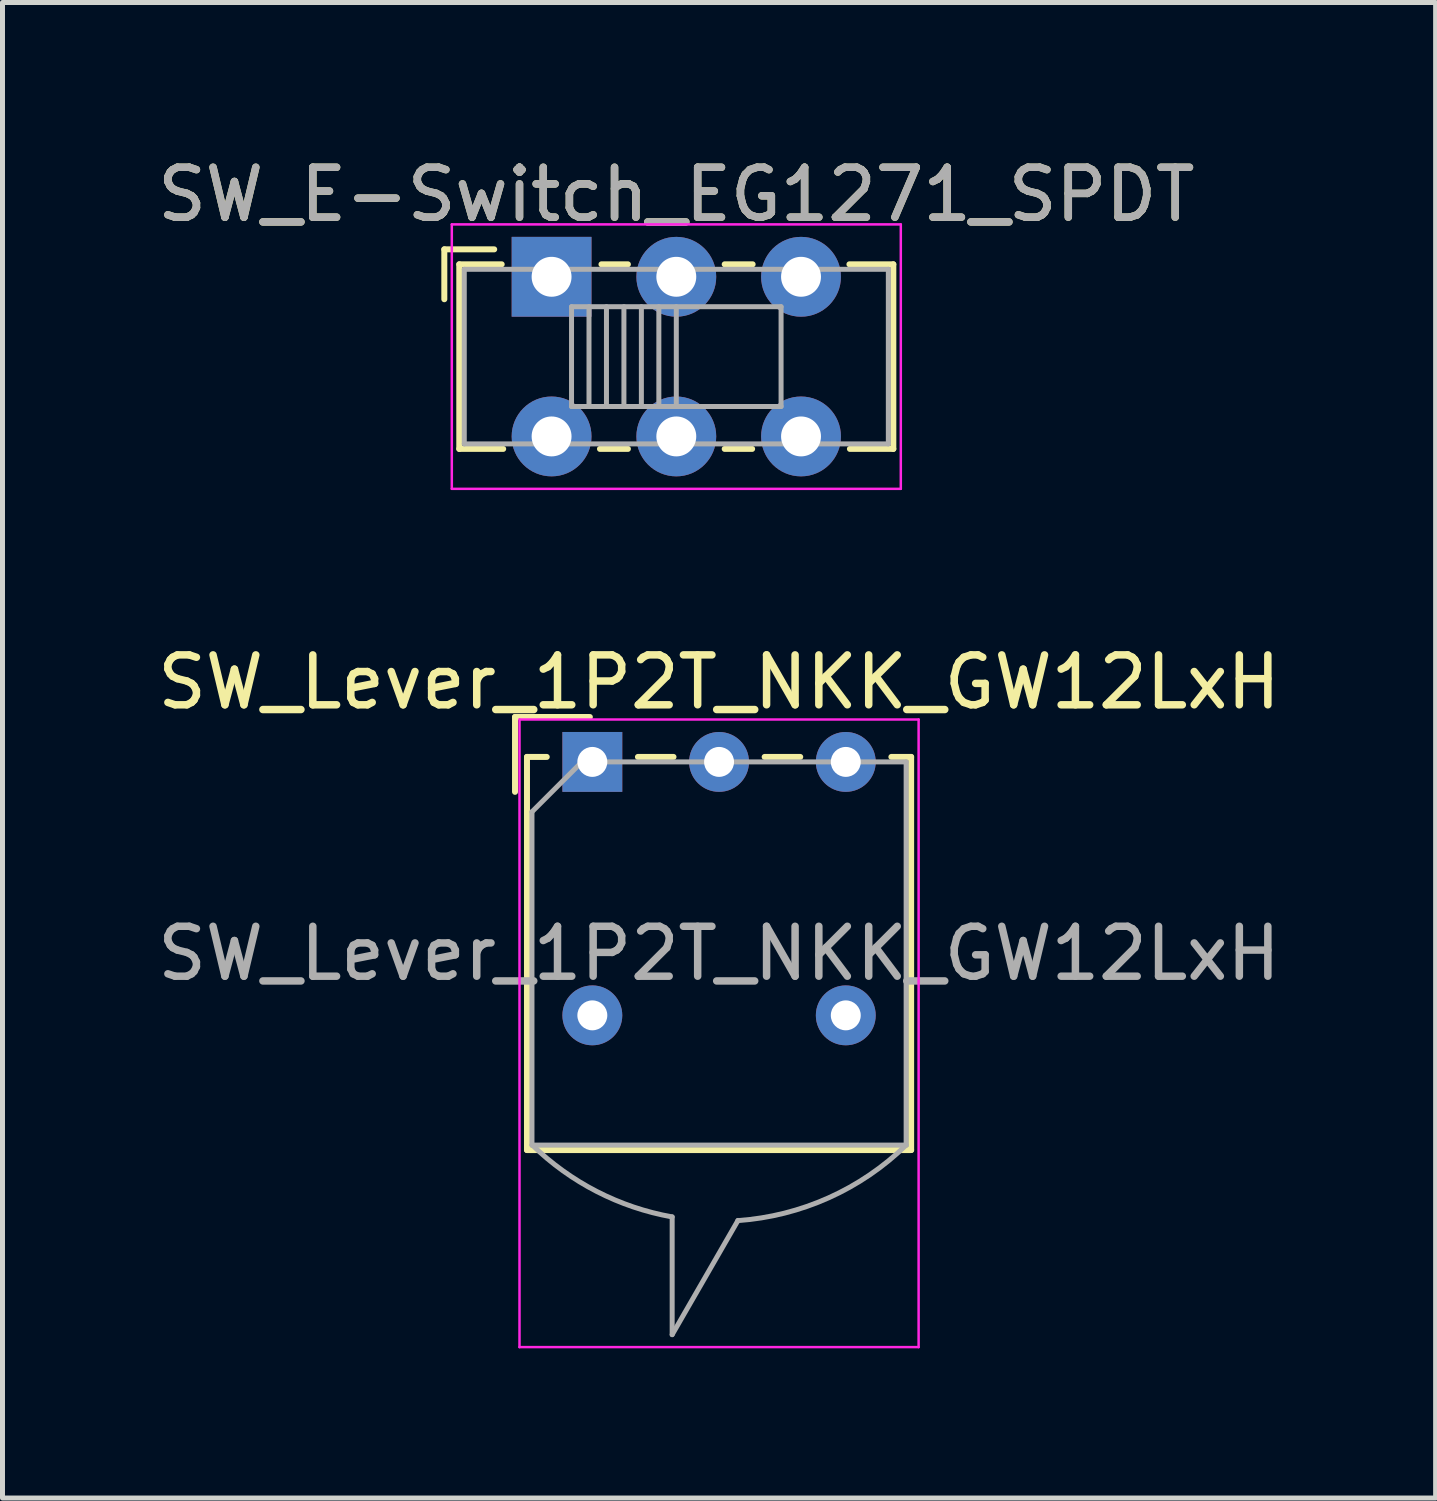
<source format=kicad_pcb>
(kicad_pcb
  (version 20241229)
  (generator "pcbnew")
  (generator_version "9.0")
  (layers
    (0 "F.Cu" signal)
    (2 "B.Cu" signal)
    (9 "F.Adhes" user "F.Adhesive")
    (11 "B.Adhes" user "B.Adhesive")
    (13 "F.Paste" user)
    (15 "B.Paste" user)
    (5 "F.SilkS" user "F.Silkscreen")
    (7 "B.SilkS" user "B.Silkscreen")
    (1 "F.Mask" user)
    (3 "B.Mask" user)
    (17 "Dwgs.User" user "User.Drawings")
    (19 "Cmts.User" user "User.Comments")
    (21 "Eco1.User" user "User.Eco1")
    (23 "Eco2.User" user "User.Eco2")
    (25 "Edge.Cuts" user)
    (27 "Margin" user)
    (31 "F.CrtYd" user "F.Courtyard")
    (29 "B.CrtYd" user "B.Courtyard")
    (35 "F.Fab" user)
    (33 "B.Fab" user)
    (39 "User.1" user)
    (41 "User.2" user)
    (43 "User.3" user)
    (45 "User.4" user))
  (footprint "SW_Lever_1P2T_NKK_GW12LxH"
    (layer "F.Cu")
    (at 8.823 12.222)
    (property "Reference" "SW_Lever_1P2T_NKK_GW12LxH" (at 2.54 -1.6 0) (layer "F.SilkS") (effects (font (size 1 1) (thickness 0.15))))
    (attr through_hole)
    (fp_line (start -1.55 -0.9) (end -0.05 -0.9) (stroke (width 0.12) (type solid)) (layer "F.SilkS"))
    (fp_line (start -1.55 0.6) (end -1.55 -0.9) (stroke (width 0.12) (type solid)) (layer "F.SilkS"))
    (fp_line (start -1.31 -0.1) (end -1.31 7.78) (stroke (width 0.12) (type solid)) (layer "F.SilkS"))
    (fp_line (start -1.31 -0.1) (end -0.914 -0.1) (stroke (width 0.12) (type solid)) (layer "F.SilkS"))
    (fp_line (start -1.31 7.78) (end 6.39 7.78) (stroke (width 0.12) (type solid)) (layer "F.SilkS"))
    (fp_line (start 0.914 -0.1) (end 1.627 -0.1) (stroke (width 0.12) (type solid)) (layer "F.SilkS"))
    (fp_line (start 3.454 -0.1) (end 4.167 -0.1) (stroke (width 0.12) (type solid)) (layer "F.SilkS"))
    (fp_line (start 5.994 -0.1) (end 6.39 -0.1) (stroke (width 0.12) (type solid)) (layer "F.SilkS"))
    (fp_line (start 6.39 -0.1) (end 6.39 7.78) (stroke (width 0.12) (type solid)) (layer "F.SilkS"))
    (fp_line (start -1.46 -0.85) (end -1.46 11.73) (stroke (width 0.05) (type solid)) (layer "F.CrtYd"))
    (fp_line (start -1.46 11.73) (end 6.54 11.73) (stroke (width 0.05) (type solid)) (layer "F.CrtYd"))
    (fp_line (start 6.54 -0.85) (end -1.46 -0.85) (stroke (width 0.05) (type solid)) (layer "F.CrtYd"))
    (fp_line (start 6.54 11.73) (end 6.54 -0.85) (stroke (width 0.05) (type solid)) (layer "F.CrtYd"))
    (fp_line (start -1.21 1) (end -0.21 0) (stroke (width 0.1) (type solid)) (layer "F.Fab"))
    (fp_line (start -1.21 7.68) (end -1.21 1) (stroke (width 0.1) (type solid)) (layer "F.Fab"))
    (fp_line (start -0.21 0) (end 6.29 0) (stroke (width 0.1) (type solid)) (layer "F.Fab"))
    (fp_line (start 1.6 9.12) (end 1.6 11.48) (stroke (width 0.1) (type solid)) (layer "F.Fab"))
    (fp_line (start 1.6 11.48) (end 2.92 9.19) (stroke (width 0.1) (type solid)) (layer "F.Fab"))
    (fp_line (start 6.29 0) (end 6.29 7.68) (stroke (width 0.1) (type solid)) (layer "F.Fab"))
    (fp_line (start 6.29 7.68) (end -1.21 7.68) (stroke (width 0.1) (type solid)) (layer "F.Fab"))
    (fp_arc (start 1.6 9.12) (mid 0.089022 8.610189) (end -1.205256 7.678627) (stroke (width 0.1) (type solid)) (layer "F.Fab"))
    (fp_arc (start 6.29 7.68) (mid 4.737678 8.736766) (end 2.916333 9.194108) (stroke (width 0.1) (type solid)) (layer "F.Fab"))
    (fp_text user "${REFERENCE}" (at 2.54 3.84 0) (layer "F.Fab") (effects (font (size 1 1) (thickness 0.15))))
    (pad "" thru_hole circle (at 0 5.08) (size 1.2 1.2) (drill 0.6) (layers "*.Cu" "*.Mask"))
    (pad "" thru_hole circle (at 5.08 5.08) (size 1.2 1.2) (drill 0.6) (layers "*.Cu" "*.Mask"))
    (pad "1" thru_hole rect (at 0 0) (size 1.2 1.2) (drill 0.6) (layers "*.Cu" "*.Mask"))
    (pad "2" thru_hole circle (at 2.54 0) (size 1.2 1.2) (drill 0.6) (layers "*.Cu" "*.Mask"))
    (pad "3" thru_hole circle (at 5.08 0) (size 1.2 1.2) (drill 0.6) (layers "*.Cu" "*.Mask")))
  (footprint "SW_E-Switch_EG1271_SPDT"
    (layer "F.Cu")
    (at 8.006 2.498)
    (property "Reference" "SW_E-Switch_EG1271_SPDT" (at 2.5 -1.65 0) (layer "F.SilkS") (effects (font (size 1 1) (thickness 0.15))))
    (attr through_hole)
    (fp_line (start -2.15 -0.55) (end -1.15 -0.55) (stroke (width 0.12) (type solid)) (layer "F.SilkS"))
    (fp_line (start -2.15 0.45) (end -2.15 -0.55) (stroke (width 0.12) (type solid)) (layer "F.SilkS"))
    (fp_line (start -1.85 -0.25) (end -1 -0.25) (stroke (width 0.12) (type solid)) (layer "F.SilkS"))
    (fp_line (start -1.85 3.45) (end -1.85 -0.25) (stroke (width 0.12) (type solid)) (layer "F.SilkS"))
    (fp_line (start -0.97 3.45) (end -1.85 3.45) (stroke (width 0.12) (type solid)) (layer "F.SilkS"))
    (fp_line (start 1 -0.25) (end 1.53 -0.25) (stroke (width 0.12) (type solid)) (layer "F.SilkS"))
    (fp_line (start 1.53 3.45) (end 0.97 3.45) (stroke (width 0.12) (type solid)) (layer "F.SilkS"))
    (fp_line (start 3.47 -0.25) (end 4.03 -0.25) (stroke (width 0.12) (type solid)) (layer "F.SilkS"))
    (fp_line (start 4.02 3.45) (end 3.47 3.45) (stroke (width 0.12) (type solid)) (layer "F.SilkS"))
    (fp_line (start 5.97 -0.25) (end 6.85 -0.25) (stroke (width 0.12) (type solid)) (layer "F.SilkS"))
    (fp_line (start 6.85 -0.25) (end 6.85 3.45) (stroke (width 0.12) (type solid)) (layer "F.SilkS"))
    (fp_line (start 6.85 3.45) (end 5.98 3.45) (stroke (width 0.12) (type solid)) (layer "F.SilkS"))
    (fp_line (start -2 -1.05) (end 7 -1.05) (stroke (width 0.05) (type solid)) (layer "F.CrtYd"))
    (fp_line (start -2 4.25) (end -2 -1.05) (stroke (width 0.05) (type solid)) (layer "F.CrtYd"))
    (fp_line (start 7 -1.05) (end 7 4.25) (stroke (width 0.05) (type solid)) (layer "F.CrtYd"))
    (fp_line (start 7 4.25) (end -2 4.25) (stroke (width 0.05) (type solid)) (layer "F.CrtYd"))
    (fp_line (start -1.75 -0.15) (end -1.75 3.35) (stroke (width 0.1) (type solid)) (layer "F.Fab"))
    (fp_line (start -1.75 -0.15) (end 6.75 -0.15) (stroke (width 0.1) (type solid)) (layer "F.Fab"))
    (fp_line (start 0.4 0.6) (end 0.4 2.6) (stroke (width 0.1) (type solid)) (layer "F.Fab"))
    (fp_line (start 0.4 0.6) (end 4.6 0.6) (stroke (width 0.1) (type solid)) (layer "F.Fab"))
    (fp_line (start 0.75 0.6) (end 0.75 2.6) (stroke (width 0.1) (type solid)) (layer "F.Fab"))
    (fp_line (start 1.1 0.6) (end 1.1 2.6) (stroke (width 0.1) (type solid)) (layer "F.Fab"))
    (fp_line (start 1.45 0.6) (end 1.45 2.6) (stroke (width 0.1) (type solid)) (layer "F.Fab"))
    (fp_line (start 1.8 0.6) (end 1.8 2.6) (stroke (width 0.1) (type solid)) (layer "F.Fab"))
    (fp_line (start 2.15 0.6) (end 2.15 2.6) (stroke (width 0.1) (type solid)) (layer "F.Fab"))
    (fp_line (start 2.5 0.6) (end 2.5 2.6) (stroke (width 0.1) (type solid)) (layer "F.Fab"))
    (fp_line (start 4.6 0.6) (end 4.6 2.6) (stroke (width 0.1) (type solid)) (layer "F.Fab"))
    (fp_line (start 4.6 2.6) (end 0.4 2.6) (stroke (width 0.1) (type solid)) (layer "F.Fab"))
    (fp_line (start 6.75 -0.15) (end 6.75 3.35) (stroke (width 0.1) (type solid)) (layer "F.Fab"))
    (fp_line (start 6.75 3.35) (end -1.75 3.35) (stroke (width 0.1) (type solid)) (layer "F.Fab"))
    (fp_text user "${REFERENCE}" (at 2.5 -1.65 0) (layer "F.Fab") (effects (font (size 1 1) (thickness 0.15))))
    (pad "1" thru_hole rect (at 0 0) (size 1.6 1.6) (drill 0.8) (layers "*.Cu" "*.Mask"))
    (pad "2" thru_hole circle (at 2.5 0) (size 1.6 1.6) (drill 0.8) (layers "*.Cu" "*.Mask"))
    (pad "3" thru_hole circle (at 5 0) (size 1.6 1.6) (drill 0.8) (layers "*.Cu" "*.Mask"))
    (pad "4" thru_hole circle (at 0 3.2) (size 1.6 1.6) (drill 0.8) (layers "*.Cu" "*.Mask"))
    (pad "5" thru_hole circle (at 2.5 3.2) (size 1.6 1.6) (drill 0.8) (layers "*.Cu" "*.Mask"))
    (pad "6" thru_hole circle (at 5 3.2) (size 1.6 1.6) (drill 0.8) (layers "*.Cu" "*.Mask")))
  (gr_rect
    (start -3 -3)
    (end 25.726 26.977)
    (stroke (width 0.1) (type default))
    (fill no)
    (layer "Edge.Cuts")))
</source>
